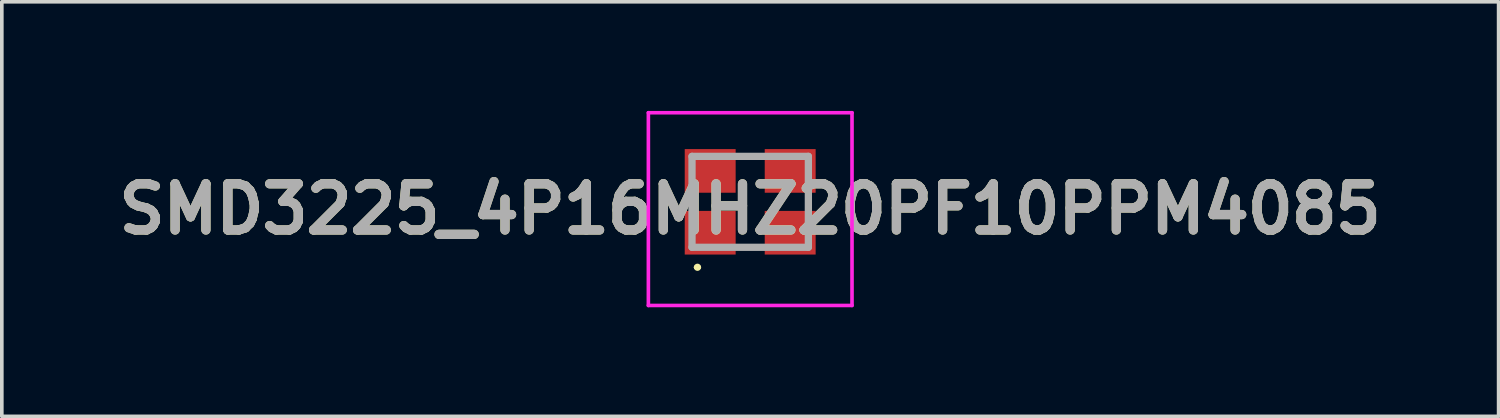
<source format=kicad_pcb>
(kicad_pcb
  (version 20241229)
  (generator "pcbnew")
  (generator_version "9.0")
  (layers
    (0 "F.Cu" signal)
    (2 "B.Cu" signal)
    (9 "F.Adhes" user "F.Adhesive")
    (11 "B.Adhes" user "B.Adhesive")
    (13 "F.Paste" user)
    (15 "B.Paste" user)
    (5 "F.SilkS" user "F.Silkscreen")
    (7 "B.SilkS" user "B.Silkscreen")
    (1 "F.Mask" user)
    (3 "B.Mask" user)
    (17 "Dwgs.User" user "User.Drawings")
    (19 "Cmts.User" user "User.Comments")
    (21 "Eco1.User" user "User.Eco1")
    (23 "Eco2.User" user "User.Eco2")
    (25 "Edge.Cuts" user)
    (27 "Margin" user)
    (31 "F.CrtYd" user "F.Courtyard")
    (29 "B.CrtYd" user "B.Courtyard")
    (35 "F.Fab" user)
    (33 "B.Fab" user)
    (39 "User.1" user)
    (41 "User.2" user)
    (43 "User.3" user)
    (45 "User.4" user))
  (footprint "SMD3225_4P16MHZ20PF10PPM4085"
    (layer "F.Cu")
    (at 17.58 2.5)
    (property "Reference" "SMD3225_4P16MHZ20PF10PPM4085" (at 0 0.2 0) (layer "F.SilkS") (effects (font (size 1.27 1.27) (thickness 0.254))))
    (attr smd)
    (fp_line (start -1.5 1.8) (end -1.5 1.8) (stroke (width 0.1) (type solid)) (layer "F.SilkS"))
    (fp_line (start -1.4 1.8) (end -1.4 1.8) (stroke (width 0.1) (type solid)) (layer "F.SilkS"))
    (fp_arc (start -1.5 1.8) (mid -1.45 1.75) (end -1.4 1.8) (stroke (width 0.1) (type solid)) (layer "F.SilkS"))
    (fp_arc (start -1.4 1.8) (mid -1.45 1.85) (end -1.5 1.8) (stroke (width 0.1) (type solid)) (layer "F.SilkS"))
    (fp_line (start -2.8 -2.45) (end 2.8 -2.45) (stroke (width 0.1) (type solid)) (layer "F.CrtYd"))
    (fp_line (start -2.8 2.85) (end -2.8 -2.45) (stroke (width 0.1) (type solid)) (layer "F.CrtYd"))
    (fp_line (start 2.8 -2.45) (end 2.8 2.85) (stroke (width 0.1) (type solid)) (layer "F.CrtYd"))
    (fp_line (start 2.8 2.85) (end -2.8 2.85) (stroke (width 0.1) (type solid)) (layer "F.CrtYd"))
    (fp_line (start -1.6 -1.25) (end 1.6 -1.25) (stroke (width 0.2) (type solid)) (layer "F.Fab"))
    (fp_line (start -1.6 1.25) (end -1.6 -1.25) (stroke (width 0.2) (type solid)) (layer "F.Fab"))
    (fp_line (start 1.6 -1.25) (end 1.6 1.25) (stroke (width 0.2) (type solid)) (layer "F.Fab"))
    (fp_line (start 1.6 1.25) (end -1.6 1.25) (stroke (width 0.2) (type solid)) (layer "F.Fab"))
    (fp_text user "${REFERENCE}" (at 0 0.2 0) (layer "F.Fab") (effects (font (size 1.27 1.27) (thickness 0.254))))
    (pad "1" smd rect (at -1.1 0.85 90) (size 1.2 1.4) (layers "F.Cu" "F.Mask" "F.Paste"))
    (pad "2" smd rect (at 1.1 0.85 90) (size 1.2 1.4) (layers "F.Cu" "F.Mask" "F.Paste"))
    (pad "3" smd rect (at 1.1 -0.85 90) (size 1.2 1.4) (layers "F.Cu" "F.Mask" "F.Paste"))
    (pad "4" smd rect (at -1.1 -0.85 90) (size 1.2 1.4) (layers "F.Cu" "F.Mask" "F.Paste")))
  (gr_rect
    (start -3 -3)
    (end 38.161 8.4)
    (stroke (width 0.1) (type default))
    (fill no)
    (layer "Edge.Cuts")))
</source>
